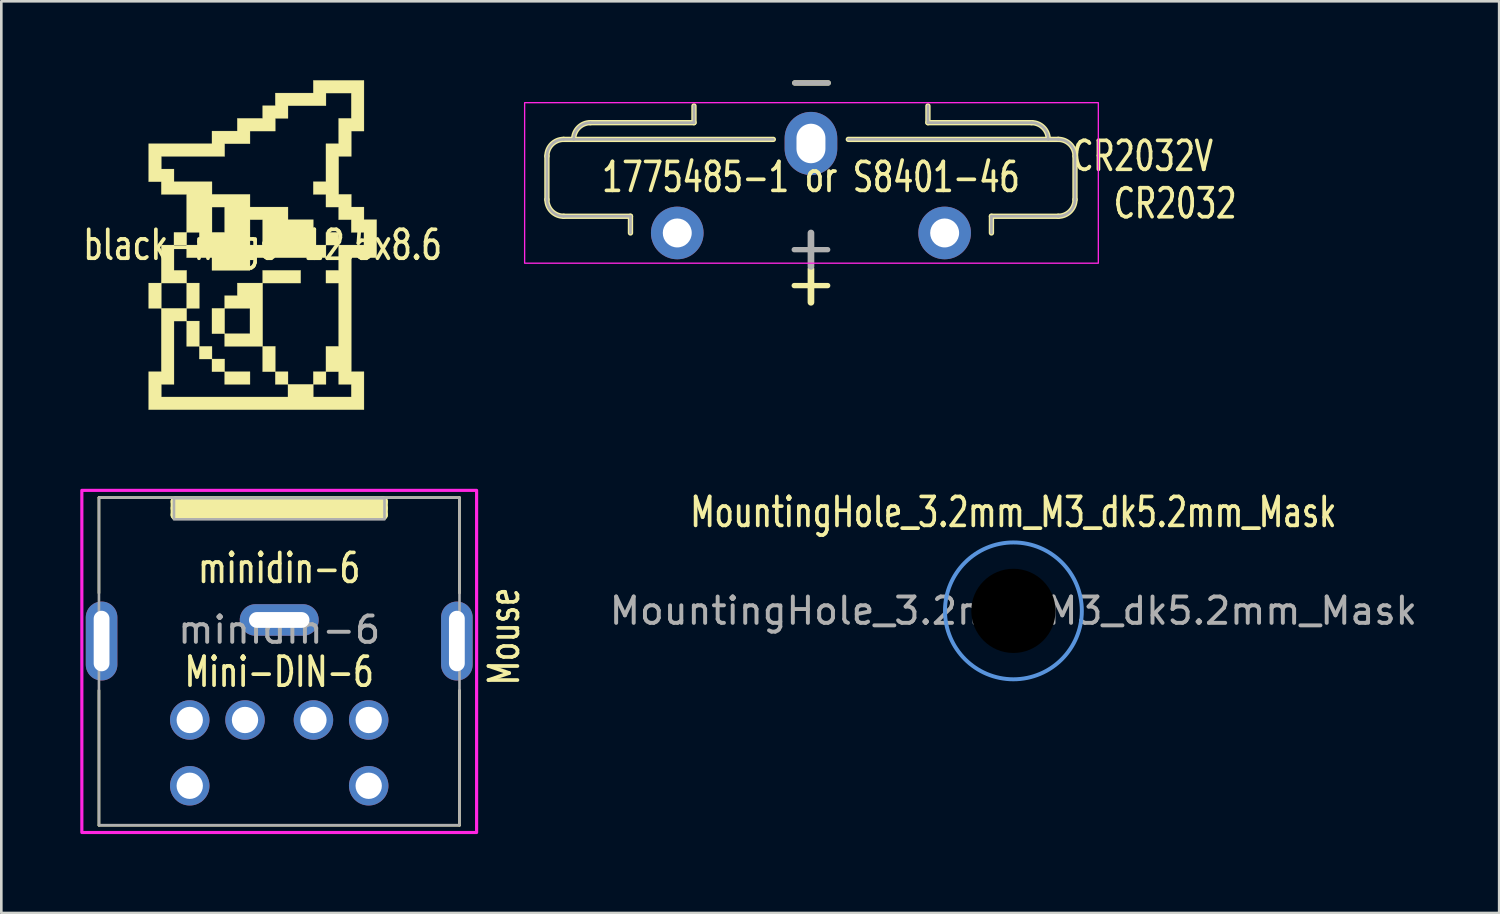
<source format=kicad_pcb>
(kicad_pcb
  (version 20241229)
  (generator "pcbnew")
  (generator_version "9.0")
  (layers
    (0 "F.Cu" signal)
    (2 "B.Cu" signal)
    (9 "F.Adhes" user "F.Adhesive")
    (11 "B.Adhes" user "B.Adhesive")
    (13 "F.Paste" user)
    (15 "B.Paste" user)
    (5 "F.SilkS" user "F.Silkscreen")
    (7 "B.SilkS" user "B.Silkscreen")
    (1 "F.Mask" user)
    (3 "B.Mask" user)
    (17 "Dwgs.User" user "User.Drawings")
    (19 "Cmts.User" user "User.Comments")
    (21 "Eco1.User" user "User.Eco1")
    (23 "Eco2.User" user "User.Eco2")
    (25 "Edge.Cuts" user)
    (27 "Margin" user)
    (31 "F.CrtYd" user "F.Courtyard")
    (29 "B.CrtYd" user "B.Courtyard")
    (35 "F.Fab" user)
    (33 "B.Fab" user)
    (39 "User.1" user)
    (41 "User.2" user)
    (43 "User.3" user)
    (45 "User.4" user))
  (footprint "MountingHole_3.2mm_M3_dk5.2mm_Mask"
    (layer "F.Cu")
    (at 35.458 20.162)
    (property "Reference" "MountingHole_3.2mm_M3_dk5.2mm_Mask" (at 0 -3.75 0) (unlocked yes) (layer "F.SilkS") (effects (font (size 1.1 0.8) (thickness 0.14))))
    (attr exclude_from_pos_files)
    (fp_circle (center 0 0) (end 2.6 0) (stroke (width 0.15) (type solid)) (fill no) (layer "Cmts.User"))
    (fp_circle (center 0 0) (end 2.6 0) (stroke (width 0.05) (type solid)) (fill no) (layer "F.CrtYd"))
    (fp_text user "${REFERENCE}" (at 0 0 0) (unlocked yes) (layer "F.Fab") (effects (font (size 1 1) (thickness 0.15))))
    (pad "" np_thru_hole circle (at 0 0) (size 5.2 5.2) (drill 3.2) (layers "*.Mask")))
  (footprint "CR2032V"
    (layer "F.Cu")
    (at 22.685 5.802)
    (property "Reference" "CR2032V" (at 17.68 -2.92 0) (unlocked yes) (layer "F.SilkS") (effects (font (size 1.1 0.8) (thickness 0.14))))
    (property "Value" "1775485-1 or S8401-46" (at 5.08 -2.12 0) (layer "F.Fab") (hide yes) (effects (font (size 1 1) (thickness 0.15))))
    (attr through_hole)
    (fp_line (start -4.953 -1.27) (end -4.953 -2.921) (stroke (width 0.203) (type solid)) (layer "F.SilkS"))
    (fp_line (start -1.778 -0.635) (end -4.318 -0.635) (stroke (width 0.203) (type solid)) (layer "F.SilkS"))
    (fp_line (start -1.778 -0.635) (end -1.778 0) (stroke (width 0.203) (type solid)) (layer "F.SilkS"))
    (fp_line (start 0.635 -4.826) (end 0.635 -4.191) (stroke (width 0.203) (type solid)) (layer "F.SilkS"))
    (fp_line (start 0.635 -4.191) (end -3.302 -4.191) (stroke (width 0.203) (type solid)) (layer "F.SilkS"))
    (fp_line (start 3.65 -3.556) (end -4.318 -3.556) (stroke (width 0.203) (type solid)) (layer "F.SilkS"))
    (fp_line (start 4.445 2) (end 5.715 2) (stroke (width 0.203) (type solid)) (layer "F.SilkS"))
    (fp_line (start 4.465 -5.7) (end 5.735 -5.7) (stroke (width 0.203) (type solid)) (layer "F.SilkS"))
    (fp_line (start 5.08 2.635) (end 5.08 1.365) (stroke (width 0.254) (type solid)) (layer "F.SilkS"))
    (fp_line (start 9.525 -4.826) (end 9.525 -4.191) (stroke (width 0.203) (type solid)) (layer "F.SilkS"))
    (fp_line (start 9.525 -4.191) (end 13.462 -4.191) (stroke (width 0.203) (type solid)) (layer "F.SilkS"))
    (fp_line (start 11.938 -0.635) (end 11.938 0) (stroke (width 0.203) (type solid)) (layer "F.SilkS"))
    (fp_line (start 14.478 -3.556) (end 6.5 -3.556) (stroke (width 0.203) (type solid)) (layer "F.SilkS"))
    (fp_line (start 14.478 -0.635) (end 11.938 -0.635) (stroke (width 0.203) (type solid)) (layer "F.SilkS"))
    (fp_line (start 15.113 -1.27) (end 15.113 -2.921) (stroke (width 0.203) (type solid)) (layer "F.SilkS"))
    (fp_arc (start -4.953 -2.921) (mid -4.767013 -3.370013) (end -4.318 -3.556) (stroke (width 0.2032) (type solid)) (layer "F.SilkS"))
    (fp_arc (start -4.318 -0.635) (mid -4.767013 -0.820987) (end -4.953 -1.27) (stroke (width 0.2032) (type solid)) (layer "F.SilkS"))
    (fp_arc (start -3.937 -3.556) (mid -3.751013 -4.005013) (end -3.302 -4.191) (stroke (width 0.2032) (type solid)) (layer "F.SilkS"))
    (fp_arc (start 13.462 -4.191) (mid 13.911013 -4.005013) (end 14.097 -3.556) (stroke (width 0.2032) (type solid)) (layer "F.SilkS"))
    (fp_arc (start 14.478 -3.556) (mid 14.927013 -3.370013) (end 15.113 -2.921) (stroke (width 0.2032) (type solid)) (layer "F.SilkS"))
    (fp_arc (start 15.113 -1.27) (mid 14.927013 -0.820987) (end 14.478 -0.635) (stroke (width 0.2032) (type solid)) (layer "F.SilkS"))
    (fp_rect (start -5.8 1.15) (end 16 -4.95) (stroke (width 0.05) (type solid)) (fill no) (layer "F.CrtYd"))
    (fp_line (start -4.953 -1.27) (end -4.953 -2.921) (stroke (width 0.1) (type solid)) (layer "F.Fab"))
    (fp_line (start -1.778 -0.635) (end -4.318 -0.635) (stroke (width 0.1) (type solid)) (layer "F.Fab"))
    (fp_line (start -1.778 -0.635) (end -1.778 0) (stroke (width 0.1) (type solid)) (layer "F.Fab"))
    (fp_line (start 0.635 -4.826) (end 0.635 -4.191) (stroke (width 0.1) (type solid)) (layer "F.Fab"))
    (fp_line (start 0.635 -4.191) (end -3.302 -4.191) (stroke (width 0.1) (type solid)) (layer "F.Fab"))
    (fp_line (start 3.65 -3.556) (end -4.318 -3.556) (stroke (width 0.1) (type solid)) (layer "F.Fab"))
    (fp_line (start 4.445 0.635) (end 5.715 0.635) (stroke (width 0.203) (type solid)) (layer "F.Fab"))
    (fp_line (start 4.465 -5.7) (end 5.735 -5.7) (stroke (width 0.203) (type solid)) (layer "F.Fab"))
    (fp_line (start 5.08 1.27) (end 5.08 0) (stroke (width 0.254) (type solid)) (layer "F.Fab"))
    (fp_line (start 9.525 -4.826) (end 9.525 -4.191) (stroke (width 0.1) (type solid)) (layer "F.Fab"))
    (fp_line (start 9.525 -4.191) (end 13.462 -4.191) (stroke (width 0.1) (type solid)) (layer "F.Fab"))
    (fp_line (start 11.938 -0.635) (end 11.938 0) (stroke (width 0.1) (type solid)) (layer "F.Fab"))
    (fp_line (start 14.478 -3.556) (end 6.5 -3.556) (stroke (width 0.1) (type solid)) (layer "F.Fab"))
    (fp_line (start 14.478 -0.635) (end 11.938 -0.635) (stroke (width 0.1) (type solid)) (layer "F.Fab"))
    (fp_line (start 15.113 -1.27) (end 15.113 -2.921) (stroke (width 0.1) (type solid)) (layer "F.Fab"))
    (fp_arc (start -4.953 -2.921) (mid -4.767012 -3.370012) (end -4.318 -3.556) (stroke (width 0.1) (type solid)) (layer "F.Fab"))
    (fp_arc (start -4.318 -0.635) (mid -4.767012 -0.820988) (end -4.953 -1.27) (stroke (width 0.1) (type solid)) (layer "F.Fab"))
    (fp_arc (start -3.937 -3.556) (mid -3.751012 -4.005012) (end -3.302 -4.191) (stroke (width 0.1) (type solid)) (layer "F.Fab"))
    (fp_arc (start 13.462 -4.191) (mid 13.911013 -4.005013) (end 14.097 -3.556) (stroke (width 0.1) (type solid)) (layer "F.Fab"))
    (fp_arc (start 14.478 -3.556) (mid 14.927013 -3.370013) (end 15.113 -2.921) (stroke (width 0.1) (type solid)) (layer "F.Fab"))
    (fp_arc (start 15.113 -1.27) (mid 14.927013 -0.820987) (end 14.478 -0.635) (stroke (width 0.1) (type solid)) (layer "F.Fab"))
    (fp_text user "CR2032" (at 18.918 -1.12 0) (unlocked yes) (layer "F.SilkS") (effects (font (size 1.1 0.8) (thickness 0.14))))
    (fp_text user "${VALUE}" (at 5.08 -2.12 0) (unlocked yes) (layer "F.SilkS") (effects (font (size 1.1 0.8) (thickness 0.14))))
    (pad "1" thru_hole circle (at 0 0 90) (size 2 2) (drill 1.1) (layers "*.Cu" "*.Mask"))
    (pad "1" thru_hole circle (at 10.16 0 90) (size 2 2) (drill 1.1) (layers "*.Cu" "*.Mask"))
    (pad "2" thru_hole oval (at 5.08 -3.4 90) (size 2.4 2) (drill oval 1.5 1.1) (layers "*.Cu" "*.Mask")))
  (footprint "minidin-6"
    (layer "F.Cu")
    (at 7.56 22.083)
    (property "Reference" "minidin-6" (at 0 -2.9 0) (unlocked yes) (layer "F.SilkS") (effects (font (size 1.1 0.8) (thickness 0.14)) (justify bottom)))
    (property "Value" "Mini-DIN-6" (at 0 0.6 0) (layer "F.Fab") (hide yes) (effects (font (size 1 1) (thickness 0.15)) (justify top)))
    (attr through_hole)
    (fp_line (start -6.85 -6.225) (end 6.85 -6.225) (stroke (width 0.1) (type solid)) (layer "F.SilkS"))
    (fp_line (start -6.85 -2.6) (end -6.85 -6.225) (stroke (width 0.1) (type solid)) (layer "F.SilkS"))
    (fp_line (start -6.85 6.225) (end -6.85 1.1) (stroke (width 0.1) (type solid)) (layer "F.SilkS"))
    (fp_line (start -3.937 -6.075) (end -3.937 -5.567) (stroke (width 0.381) (type solid)) (layer "F.SilkS"))
    (fp_line (start -3.937 -6.075) (end 3.937 -6.075) (stroke (width 0.381) (type solid)) (layer "F.SilkS"))
    (fp_line (start -3.937 -5.821) (end 3.937 -5.821) (stroke (width 0.381) (type solid)) (layer "F.SilkS"))
    (fp_line (start 3.937 -6.075) (end 3.937 -5.567) (stroke (width 0.381) (type solid)) (layer "F.SilkS"))
    (fp_line (start 3.937 -5.567) (end -3.937 -5.567) (stroke (width 0.381) (type solid)) (layer "F.SilkS"))
    (fp_line (start 6.85 -2.6) (end 6.85 -6.225) (stroke (width 0.1) (type solid)) (layer "F.SilkS"))
    (fp_line (start 6.85 6.225) (end -6.85 6.225) (stroke (width 0.1) (type solid)) (layer "F.SilkS"))
    (fp_line (start 6.85 6.225) (end 6.85 1.1) (stroke (width 0.1) (type solid)) (layer "F.SilkS"))
    (fp_rect (start -7.5 -6.5) (end 7.5 6.5) (stroke (width 0.12) (type solid)) (fill no) (layer "F.CrtYd"))
    (fp_rect (start -4 -6.2) (end 4 -5.4) (stroke (width 0.1) (type solid)) (fill no) (layer "F.Fab"))
    (fp_rect (start 6.85 6.225) (end -6.85 -6.225) (stroke (width 0.1) (type solid)) (fill no) (layer "F.Fab"))
    (fp_text user "${VALUE}" (at 0 0.4 0) (unlocked yes) (layer "F.SilkS") (effects (font (size 1.1 0.8) (thickness 0.14))))
    (fp_text user "Mouse" (at 8.55 -0.95 90) (unlocked yes) (layer "F.SilkS") (effects (font (size 1.1 0.8) (thickness 0.14))))
    (fp_text user "${REFERENCE}" (at 0 -1.2 0) (layer "F.Fab") (effects (font (size 1 1) (thickness 0.15))))
    (pad "0" thru_hole oval (at -6.75 -0.775 90) (size 3 1.2) (drill oval 2.3 0.6) (layers "*.Cu" "*.Mask"))
    (pad "0" thru_hole oval (at 0 -1.575) (size 3 1.2) (drill oval 2.3 0.6) (layers "*.Cu" "*.Mask"))
    (pad "0" thru_hole oval (at 6.75 -0.775 90) (size 3 1.2) (drill oval 2.3 0.6) (layers "*.Cu" "*.Mask"))
    (pad "1" thru_hole circle (at -1.3 2.225) (size 1.5 1.5) (drill 1) (layers "*.Cu" "*.Mask"))
    (pad "2" thru_hole circle (at 1.3 2.225) (size 1.5 1.5) (drill 1) (layers "*.Cu" "*.Mask"))
    (pad "3" thru_hole circle (at -3.4 2.225) (size 1.5 1.5) (drill 1) (layers "*.Cu" "*.Mask"))
    (pad "4" thru_hole circle (at 3.4 2.225) (size 1.5 1.5) (drill 1) (layers "*.Cu" "*.Mask"))
    (pad "5" thru_hole circle (at -3.4 4.725) (size 1.5 1.5) (drill 1) (layers "*.Cu" "*.Mask"))
    (pad "6" thru_hole circle (at 3.4 4.725) (size 1.5 1.5) (drill 1) (layers "*.Cu" "*.Mask")))
  (footprint "black-mage-12.5x8.6"
    (layer "F.Cu")
    (at 6.93 6.261)
    (property "Reference" "black-mage-12.5x8.6" (at 0 0 0) (unlocked yes) (layer "F.SilkS") (effects (font (size 1.1 0.8) (thickness 0.14))))
    (attr board_only exclude_from_pos_files exclude_from_bom allow_missing_courtyard)
    (fp_poly (pts (xy -2.888 3.85) (xy -2.888 2.888) (xy -2.406 2.888) (xy -2.406 3.85) (xy -2.888 3.85)) (stroke (width 0.01) (type solid)) (fill yes) (layer "F.SilkS"))
    (fp_poly (pts (xy -2.406 2.406) (xy -2.888 2.406) (xy -2.888 1.444) (xy -2.406 1.444) (xy -2.406 2.406)) (stroke (width 0.01) (type solid)) (fill yes) (layer "F.SilkS"))
    (fp_poly (pts (xy -2.406 4.331) (xy -2.406 3.85) (xy -1.925 3.85) (xy -1.925 4.331) (xy -2.406 4.331)) (stroke (width 0.01) (type solid)) (fill yes) (layer "F.SilkS"))
    (fp_poly (pts (xy -1.925 4.813) (xy -1.925 4.331) (xy -1.444 4.331) (xy -1.444 4.813) (xy -1.925 4.813)) (stroke (width 0.01) (type solid)) (fill yes) (layer "F.SilkS"))
    (fp_poly (pts (xy -0.481 4.813) (xy -0.481 5.294) (xy -1.444 5.294) (xy -1.444 4.813) (xy -0.481 4.813)) (stroke (width 0.01) (type solid)) (fill yes) (layer "F.SilkS"))
    (fp_poly (pts (xy 0 0.963) (xy 1.444 0.963) (xy 1.444 1.444) (xy 0 1.444) (xy 0 0.963)) (stroke (width 0.01) (type solid)) (fill yes) (layer "F.SilkS"))
    (fp_poly (pts (xy 0 4.813) (xy 0 3.85) (xy 0.481 3.85) (xy 0.481 4.813) (xy 0 4.813)) (stroke (width 0.01) (type solid)) (fill yes) (layer "F.SilkS"))
    (fp_poly (pts (xy 0.963 4.813) (xy 0.963 5.294) (xy 0.481 5.294) (xy 0.481 4.813) (xy 0.963 4.813)) (stroke (width 0.01) (type solid)) (fill yes) (layer "F.SilkS"))
    (fp_poly (pts (xy 2.406 5.294) (xy 1.925 5.294) (xy 1.925 4.813) (xy 2.406 4.813) (xy 2.406 5.294)) (stroke (width 0.01) (type solid)) (fill yes) (layer "F.SilkS"))
    (fp_poly (pts (xy 2.888 0) (xy 2.406 0) (xy 2.406 -0.481) (xy 2.888 -0.481) (xy 2.888 0)) (stroke (width 0.01) (type solid)) (fill yes) (layer "F.SilkS"))
    (fp_poly (pts (xy -1.444 3.85) (xy -1.444 3.369) (xy -1.925 3.369) (xy -1.925 2.406) (xy -1.444 2.406) (xy -1.444 3.369) (xy -0.481 3.369) (xy -0.481 2.406) (xy -1.444 2.406) (xy -1.444 1.925) (xy -0.963 1.925) (xy -0.963 1.444) (xy 0 1.444) (xy 0 3.85) (xy -1.444 3.85)) (stroke (width 0.01) (type solid)) (fill yes) (layer "F.SilkS"))
    (fp_poly (pts (xy 3.85 -4.331) (xy 3.369 -4.331) (xy 3.369 -3.369) (xy 2.888 -3.369) (xy 2.888 -1.925) (xy 3.369 -1.925) (xy 3.369 -1.444) (xy 3.85 -1.444) (xy 3.85 -0.963) (xy 4.331 -0.963) (xy 4.331 0.481) (xy 3.369 0.481) (xy 3.369 4.813) (xy 3.85 4.813) (xy 3.85 6.256) (xy -4.331 6.256) (xy -4.331 4.813) (xy -3.85 4.813) (xy -3.85 2.406) (xy -4.331 2.406) (xy -4.331 1.444) (xy -3.85 1.444) (xy -3.85 2.406) (xy -2.888 2.406) (xy -2.888 2.888) (xy -3.369 2.888) (xy -3.369 5.294) (xy -3.85 5.294) (xy -3.85 5.775) (xy 0.963 5.775) (xy 0.963 5.294) (xy 1.925 5.294) (xy 1.925 5.775) (xy 3.369 5.775) (xy 3.369 5.294) (xy 2.888 5.294) (xy 2.888 4.813) (xy 2.406 4.813) (xy 2.406 3.85) (xy 2.888 3.85) (xy 2.888 1.444) (xy 2.406 1.444) (xy 2.406 0.963) (xy 2.888 0.963) (xy 2.888 0) (xy 3.85 0) (xy 3.85 -0.481) (xy 3.369 -0.481) (xy 3.369 -0.963) (xy 2.888 -0.963) (xy 2.888 -1.444) (xy 2.406 -1.444) (xy 2.406 -1.925) (xy 1.925 -1.925) (xy 1.925 -2.406) (xy 2.406 -2.406) (xy 2.406 -3.85) (xy 2.888 -3.85) (xy 2.888 -4.813) (xy 3.369 -4.813) (xy 3.369 -5.775) (xy 2.406 -5.775) (xy 2.406 -5.294) (xy 0.963 -5.294) (xy 0.963 -4.813) (xy 0.481 -4.813) (xy 0.481 -4.331) (xy -0.481 -4.331) (xy -0.481 -3.85) (xy -1.444 -3.85) (xy -1.444 -3.369) (xy -3.85 -3.369) (xy -3.85 -2.888) (xy -3.369 -2.888) (xy -3.369 -2.406) (xy -1.925 -2.406) (xy -1.925 -1.925) (xy -0.481 -1.925) (xy -0.481 -1.444) (xy 0.963 -1.444) (xy 0.963 -0.963) (xy 1.925 -0.963) (xy 1.925 0) (xy 2.406 0) (xy 2.406 0.481) (xy -0.481 0.481) (xy -0.481 0.963) (xy -1.925 0.963) (xy -1.925 0.481) (xy -2.888 0.481) (xy -2.888 0) (xy -3.369 0) (xy -3.369 0.963) (xy -2.888 0.963) (xy -2.888 1.444) (xy -3.85 1.444) (xy -3.85 0) (xy -3.369 0) (xy -3.369 -0.481) (xy -2.888 -0.481) (xy -2.888 0) (xy -2.406 0) (xy -2.406 -0.481) (xy -2.888 -0.481) (xy -2.888 -1.444) (xy -1.925 -1.444) (xy -1.925 -0.481) (xy -1.444 -0.481) (xy -1.444 -0.963) (xy -0.481 -0.963) (xy -0.481 0) (xy 0 0) (xy 0 -0.963) (xy -0.481 -0.963) (xy -1.444 -0.963) (xy -1.444 -1.444) (xy -1.925 -1.444) (xy -2.888 -1.444) (xy -2.888 -1.925) (xy -3.85 -1.925) (xy -3.85 -2.406) (xy -4.331 -2.406) (xy -4.331 -3.85) (xy -1.925 -3.85) (xy -1.925 -4.331) (xy -0.963 -4.331) (xy -0.963 -4.813) (xy 0 -4.813) (xy 0 -5.294) (xy 0.481 -5.294) (xy 0.481 -5.775) (xy 1.925 -5.775) (xy 1.925 -6.256) (xy 3.85 -6.256) (xy 3.85 -4.331)) (stroke (width 0.01) (type solid)) (fill yes) (layer "F.SilkS")))
  (gr_rect
    (start -3 -3)
    (end 53.916 31.643)
    (stroke (width 0.1) (type default))
    (fill no)
    (layer "Edge.Cuts")))
</source>
